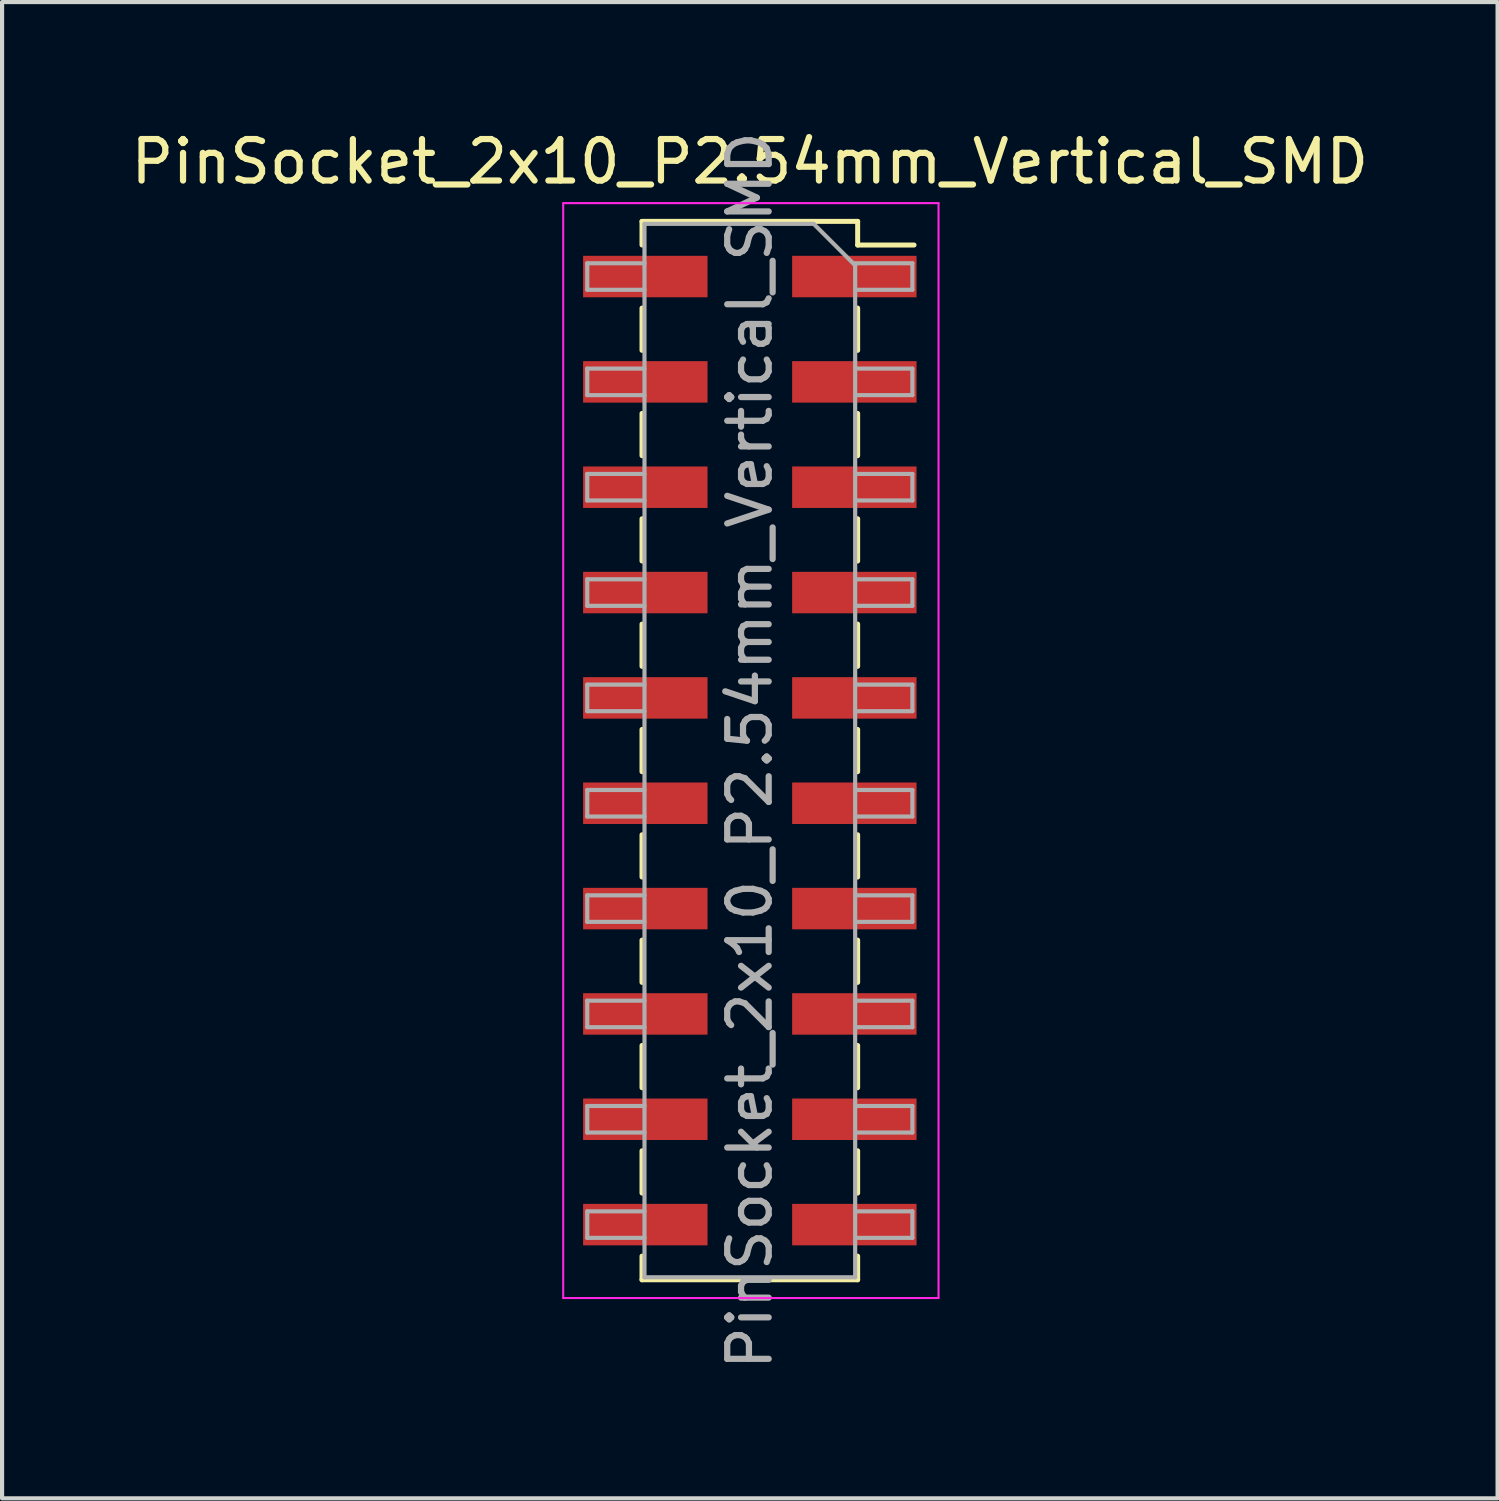
<source format=kicad_pcb>
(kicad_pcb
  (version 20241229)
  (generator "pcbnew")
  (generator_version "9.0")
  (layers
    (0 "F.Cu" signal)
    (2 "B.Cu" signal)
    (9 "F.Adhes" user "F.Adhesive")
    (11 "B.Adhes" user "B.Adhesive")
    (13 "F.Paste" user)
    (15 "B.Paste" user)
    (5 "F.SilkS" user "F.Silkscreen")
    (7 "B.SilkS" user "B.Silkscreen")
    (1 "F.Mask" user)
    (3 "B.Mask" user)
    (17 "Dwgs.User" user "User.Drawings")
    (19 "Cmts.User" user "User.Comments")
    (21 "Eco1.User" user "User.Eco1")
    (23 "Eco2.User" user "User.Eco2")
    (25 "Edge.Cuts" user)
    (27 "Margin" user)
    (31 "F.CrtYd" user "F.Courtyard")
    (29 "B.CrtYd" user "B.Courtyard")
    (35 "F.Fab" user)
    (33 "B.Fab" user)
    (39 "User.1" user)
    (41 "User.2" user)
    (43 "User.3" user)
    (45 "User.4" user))
  (footprint "PinSocket_2x10_P2.54mm_Vertical_SMD"
    (layer "F.Cu")
    (at 15.03 15.048)
    (property "Reference" "PinSocket_2x10_P2.54mm_Vertical_SMD" (at 0 -14.2 0) (layer "F.SilkS") (effects (font (size 1 1) (thickness 0.15))))
    (attr smd)
    (fp_line (start -2.6 -12.76) (end -2.6 -12.19) (stroke (width 0.12) (type solid)) (layer "F.SilkS"))
    (fp_line (start -2.6 -12.76) (end 2.6 -12.76) (stroke (width 0.12) (type solid)) (layer "F.SilkS"))
    (fp_line (start -2.6 -10.67) (end -2.6 -9.65) (stroke (width 0.12) (type solid)) (layer "F.SilkS"))
    (fp_line (start -2.6 -8.13) (end -2.6 -7.11) (stroke (width 0.12) (type solid)) (layer "F.SilkS"))
    (fp_line (start -2.6 -5.59) (end -2.6 -4.57) (stroke (width 0.12) (type solid)) (layer "F.SilkS"))
    (fp_line (start -2.6 -3.05) (end -2.6 -2.03) (stroke (width 0.12) (type solid)) (layer "F.SilkS"))
    (fp_line (start -2.6 -0.51) (end -2.6 0.51) (stroke (width 0.12) (type solid)) (layer "F.SilkS"))
    (fp_line (start -2.6 2.03) (end -2.6 3.05) (stroke (width 0.12) (type solid)) (layer "F.SilkS"))
    (fp_line (start -2.6 4.57) (end -2.6 5.59) (stroke (width 0.12) (type solid)) (layer "F.SilkS"))
    (fp_line (start -2.6 7.11) (end -2.6 8.13) (stroke (width 0.12) (type solid)) (layer "F.SilkS"))
    (fp_line (start -2.6 9.65) (end -2.6 10.67) (stroke (width 0.12) (type solid)) (layer "F.SilkS"))
    (fp_line (start -2.6 12.19) (end -2.6 12.76) (stroke (width 0.12) (type solid)) (layer "F.SilkS"))
    (fp_line (start -2.6 12.76) (end 2.6 12.76) (stroke (width 0.12) (type solid)) (layer "F.SilkS"))
    (fp_line (start 2.6 -12.76) (end 2.6 -12.19) (stroke (width 0.12) (type solid)) (layer "F.SilkS"))
    (fp_line (start 2.6 -12.19) (end 3.96 -12.19) (stroke (width 0.12) (type solid)) (layer "F.SilkS"))
    (fp_line (start 2.6 -10.67) (end 2.6 -9.65) (stroke (width 0.12) (type solid)) (layer "F.SilkS"))
    (fp_line (start 2.6 -8.13) (end 2.6 -7.11) (stroke (width 0.12) (type solid)) (layer "F.SilkS"))
    (fp_line (start 2.6 -5.59) (end 2.6 -4.57) (stroke (width 0.12) (type solid)) (layer "F.SilkS"))
    (fp_line (start 2.6 -3.05) (end 2.6 -2.03) (stroke (width 0.12) (type solid)) (layer "F.SilkS"))
    (fp_line (start 2.6 -0.51) (end 2.6 0.51) (stroke (width 0.12) (type solid)) (layer "F.SilkS"))
    (fp_line (start 2.6 2.03) (end 2.6 3.05) (stroke (width 0.12) (type solid)) (layer "F.SilkS"))
    (fp_line (start 2.6 4.57) (end 2.6 5.59) (stroke (width 0.12) (type solid)) (layer "F.SilkS"))
    (fp_line (start 2.6 7.11) (end 2.6 8.13) (stroke (width 0.12) (type solid)) (layer "F.SilkS"))
    (fp_line (start 2.6 9.65) (end 2.6 10.67) (stroke (width 0.12) (type solid)) (layer "F.SilkS"))
    (fp_line (start 2.6 12.19) (end 2.6 12.76) (stroke (width 0.12) (type solid)) (layer "F.SilkS"))
    (fp_line (start -4.5 -13.2) (end 4.55 -13.2) (stroke (width 0.05) (type solid)) (layer "F.CrtYd"))
    (fp_line (start -4.5 13.2) (end -4.5 -13.2) (stroke (width 0.05) (type solid)) (layer "F.CrtYd"))
    (fp_line (start 4.55 -13.2) (end 4.55 13.2) (stroke (width 0.05) (type solid)) (layer "F.CrtYd"))
    (fp_line (start 4.55 13.2) (end -4.5 13.2) (stroke (width 0.05) (type solid)) (layer "F.CrtYd"))
    (fp_line (start -3.92 -11.75) (end -2.54 -11.75) (stroke (width 0.1) (type solid)) (layer "F.Fab"))
    (fp_line (start -3.92 -11.11) (end -3.92 -11.75) (stroke (width 0.1) (type solid)) (layer "F.Fab"))
    (fp_line (start -3.92 -9.21) (end -2.54 -9.21) (stroke (width 0.1) (type solid)) (layer "F.Fab"))
    (fp_line (start -3.92 -8.57) (end -3.92 -9.21) (stroke (width 0.1) (type solid)) (layer "F.Fab"))
    (fp_line (start -3.92 -6.67) (end -2.54 -6.67) (stroke (width 0.1) (type solid)) (layer "F.Fab"))
    (fp_line (start -3.92 -6.03) (end -3.92 -6.67) (stroke (width 0.1) (type solid)) (layer "F.Fab"))
    (fp_line (start -3.92 -4.13) (end -2.54 -4.13) (stroke (width 0.1) (type solid)) (layer "F.Fab"))
    (fp_line (start -3.92 -3.49) (end -3.92 -4.13) (stroke (width 0.1) (type solid)) (layer "F.Fab"))
    (fp_line (start -3.92 -1.59) (end -2.54 -1.59) (stroke (width 0.1) (type solid)) (layer "F.Fab"))
    (fp_line (start -3.92 -0.95) (end -3.92 -1.59) (stroke (width 0.1) (type solid)) (layer "F.Fab"))
    (fp_line (start -3.92 0.95) (end -2.54 0.95) (stroke (width 0.1) (type solid)) (layer "F.Fab"))
    (fp_line (start -3.92 1.59) (end -3.92 0.95) (stroke (width 0.1) (type solid)) (layer "F.Fab"))
    (fp_line (start -3.92 3.49) (end -2.54 3.49) (stroke (width 0.1) (type solid)) (layer "F.Fab"))
    (fp_line (start -3.92 4.13) (end -3.92 3.49) (stroke (width 0.1) (type solid)) (layer "F.Fab"))
    (fp_line (start -3.92 6.03) (end -2.54 6.03) (stroke (width 0.1) (type solid)) (layer "F.Fab"))
    (fp_line (start -3.92 6.67) (end -3.92 6.03) (stroke (width 0.1) (type solid)) (layer "F.Fab"))
    (fp_line (start -3.92 8.57) (end -2.54 8.57) (stroke (width 0.1) (type solid)) (layer "F.Fab"))
    (fp_line (start -3.92 9.21) (end -3.92 8.57) (stroke (width 0.1) (type solid)) (layer "F.Fab"))
    (fp_line (start -3.92 11.11) (end -2.54 11.11) (stroke (width 0.1) (type solid)) (layer "F.Fab"))
    (fp_line (start -3.92 11.75) (end -3.92 11.11) (stroke (width 0.1) (type solid)) (layer "F.Fab"))
    (fp_line (start -2.54 -12.7) (end 1.54 -12.7) (stroke (width 0.1) (type solid)) (layer "F.Fab"))
    (fp_line (start -2.54 -11.11) (end -3.92 -11.11) (stroke (width 0.1) (type solid)) (layer "F.Fab"))
    (fp_line (start -2.54 -8.57) (end -3.92 -8.57) (stroke (width 0.1) (type solid)) (layer "F.Fab"))
    (fp_line (start -2.54 -6.03) (end -3.92 -6.03) (stroke (width 0.1) (type solid)) (layer "F.Fab"))
    (fp_line (start -2.54 -3.49) (end -3.92 -3.49) (stroke (width 0.1) (type solid)) (layer "F.Fab"))
    (fp_line (start -2.54 -0.95) (end -3.92 -0.95) (stroke (width 0.1) (type solid)) (layer "F.Fab"))
    (fp_line (start -2.54 1.59) (end -3.92 1.59) (stroke (width 0.1) (type solid)) (layer "F.Fab"))
    (fp_line (start -2.54 4.13) (end -3.92 4.13) (stroke (width 0.1) (type solid)) (layer "F.Fab"))
    (fp_line (start -2.54 6.67) (end -3.92 6.67) (stroke (width 0.1) (type solid)) (layer "F.Fab"))
    (fp_line (start -2.54 9.21) (end -3.92 9.21) (stroke (width 0.1) (type solid)) (layer "F.Fab"))
    (fp_line (start -2.54 11.75) (end -3.92 11.75) (stroke (width 0.1) (type solid)) (layer "F.Fab"))
    (fp_line (start -2.54 12.7) (end -2.54 -12.7) (stroke (width 0.1) (type solid)) (layer "F.Fab"))
    (fp_line (start 1.54 -12.7) (end 2.54 -11.7) (stroke (width 0.1) (type solid)) (layer "F.Fab"))
    (fp_line (start 2.54 -11.75) (end 3.92 -11.75) (stroke (width 0.1) (type solid)) (layer "F.Fab"))
    (fp_line (start 2.54 -11.7) (end 2.54 12.7) (stroke (width 0.1) (type solid)) (layer "F.Fab"))
    (fp_line (start 2.54 -9.21) (end 3.92 -9.21) (stroke (width 0.1) (type solid)) (layer "F.Fab"))
    (fp_line (start 2.54 -6.67) (end 3.92 -6.67) (stroke (width 0.1) (type solid)) (layer "F.Fab"))
    (fp_line (start 2.54 -4.13) (end 3.92 -4.13) (stroke (width 0.1) (type solid)) (layer "F.Fab"))
    (fp_line (start 2.54 -1.59) (end 3.92 -1.59) (stroke (width 0.1) (type solid)) (layer "F.Fab"))
    (fp_line (start 2.54 0.95) (end 3.92 0.95) (stroke (width 0.1) (type solid)) (layer "F.Fab"))
    (fp_line (start 2.54 3.49) (end 3.92 3.49) (stroke (width 0.1) (type solid)) (layer "F.Fab"))
    (fp_line (start 2.54 6.03) (end 3.92 6.03) (stroke (width 0.1) (type solid)) (layer "F.Fab"))
    (fp_line (start 2.54 8.57) (end 3.92 8.57) (stroke (width 0.1) (type solid)) (layer "F.Fab"))
    (fp_line (start 2.54 11.11) (end 3.92 11.11) (stroke (width 0.1) (type solid)) (layer "F.Fab"))
    (fp_line (start 2.54 12.7) (end -2.54 12.7) (stroke (width 0.1) (type solid)) (layer "F.Fab"))
    (fp_line (start 3.92 -11.75) (end 3.92 -11.11) (stroke (width 0.1) (type solid)) (layer "F.Fab"))
    (fp_line (start 3.92 -11.11) (end 2.54 -11.11) (stroke (width 0.1) (type solid)) (layer "F.Fab"))
    (fp_line (start 3.92 -9.21) (end 3.92 -8.57) (stroke (width 0.1) (type solid)) (layer "F.Fab"))
    (fp_line (start 3.92 -8.57) (end 2.54 -8.57) (stroke (width 0.1) (type solid)) (layer "F.Fab"))
    (fp_line (start 3.92 -6.67) (end 3.92 -6.03) (stroke (width 0.1) (type solid)) (layer "F.Fab"))
    (fp_line (start 3.92 -6.03) (end 2.54 -6.03) (stroke (width 0.1) (type solid)) (layer "F.Fab"))
    (fp_line (start 3.92 -4.13) (end 3.92 -3.49) (stroke (width 0.1) (type solid)) (layer "F.Fab"))
    (fp_line (start 3.92 -3.49) (end 2.54 -3.49) (stroke (width 0.1) (type solid)) (layer "F.Fab"))
    (fp_line (start 3.92 -1.59) (end 3.92 -0.95) (stroke (width 0.1) (type solid)) (layer "F.Fab"))
    (fp_line (start 3.92 -0.95) (end 2.54 -0.95) (stroke (width 0.1) (type solid)) (layer "F.Fab"))
    (fp_line (start 3.92 0.95) (end 3.92 1.59) (stroke (width 0.1) (type solid)) (layer "F.Fab"))
    (fp_line (start 3.92 1.59) (end 2.54 1.59) (stroke (width 0.1) (type solid)) (layer "F.Fab"))
    (fp_line (start 3.92 3.49) (end 3.92 4.13) (stroke (width 0.1) (type solid)) (layer "F.Fab"))
    (fp_line (start 3.92 4.13) (end 2.54 4.13) (stroke (width 0.1) (type solid)) (layer "F.Fab"))
    (fp_line (start 3.92 6.03) (end 3.92 6.67) (stroke (width 0.1) (type solid)) (layer "F.Fab"))
    (fp_line (start 3.92 6.67) (end 2.54 6.67) (stroke (width 0.1) (type solid)) (layer "F.Fab"))
    (fp_line (start 3.92 8.57) (end 3.92 9.21) (stroke (width 0.1) (type solid)) (layer "F.Fab"))
    (fp_line (start 3.92 9.21) (end 2.54 9.21) (stroke (width 0.1) (type solid)) (layer "F.Fab"))
    (fp_line (start 3.92 11.11) (end 3.92 11.75) (stroke (width 0.1) (type solid)) (layer "F.Fab"))
    (fp_line (start 3.92 11.75) (end 2.54 11.75) (stroke (width 0.1) (type solid)) (layer "F.Fab"))
    (fp_text user "${REFERENCE}" (at 0 0 90) (layer "F.Fab") (effects (font (size 1 1) (thickness 0.15))))
    (pad "1" smd rect (at 2.52 -11.43) (size 3 1) (layers "F.Cu" "F.Mask" "F.Paste"))
    (pad "2" smd rect (at -2.52 -11.43) (size 3 1) (layers "F.Cu" "F.Mask" "F.Paste"))
    (pad "3" smd rect (at 2.52 -8.89) (size 3 1) (layers "F.Cu" "F.Mask" "F.Paste"))
    (pad "4" smd rect (at -2.52 -8.89) (size 3 1) (layers "F.Cu" "F.Mask" "F.Paste"))
    (pad "5" smd rect (at 2.52 -6.35) (size 3 1) (layers "F.Cu" "F.Mask" "F.Paste"))
    (pad "6" smd rect (at -2.52 -6.35) (size 3 1) (layers "F.Cu" "F.Mask" "F.Paste"))
    (pad "7" smd rect (at 2.52 -3.81) (size 3 1) (layers "F.Cu" "F.Mask" "F.Paste"))
    (pad "8" smd rect (at -2.52 -3.81) (size 3 1) (layers "F.Cu" "F.Mask" "F.Paste"))
    (pad "9" smd rect (at 2.52 -1.27) (size 3 1) (layers "F.Cu" "F.Mask" "F.Paste"))
    (pad "10" smd rect (at -2.52 -1.27) (size 3 1) (layers "F.Cu" "F.Mask" "F.Paste"))
    (pad "11" smd rect (at 2.52 1.27) (size 3 1) (layers "F.Cu" "F.Mask" "F.Paste"))
    (pad "12" smd rect (at -2.52 1.27) (size 3 1) (layers "F.Cu" "F.Mask" "F.Paste"))
    (pad "13" smd rect (at 2.52 3.81) (size 3 1) (layers "F.Cu" "F.Mask" "F.Paste"))
    (pad "14" smd rect (at -2.52 3.81) (size 3 1) (layers "F.Cu" "F.Mask" "F.Paste"))
    (pad "15" smd rect (at 2.52 6.35) (size 3 1) (layers "F.Cu" "F.Mask" "F.Paste"))
    (pad "16" smd rect (at -2.52 6.35) (size 3 1) (layers "F.Cu" "F.Mask" "F.Paste"))
    (pad "17" smd rect (at 2.52 8.89) (size 3 1) (layers "F.Cu" "F.Mask" "F.Paste"))
    (pad "18" smd rect (at -2.52 8.89) (size 3 1) (layers "F.Cu" "F.Mask" "F.Paste"))
    (pad "19" smd rect (at 2.52 11.43) (size 3 1) (layers "F.Cu" "F.Mask" "F.Paste"))
    (pad "20" smd rect (at -2.52 11.43) (size 3 1) (layers "F.Cu" "F.Mask" "F.Paste")))
  (gr_rect
    (start -3 -3)
    (end 33.06 33.078)
    (stroke (width 0.1) (type default))
    (fill no)
    (layer "Edge.Cuts")))
</source>
